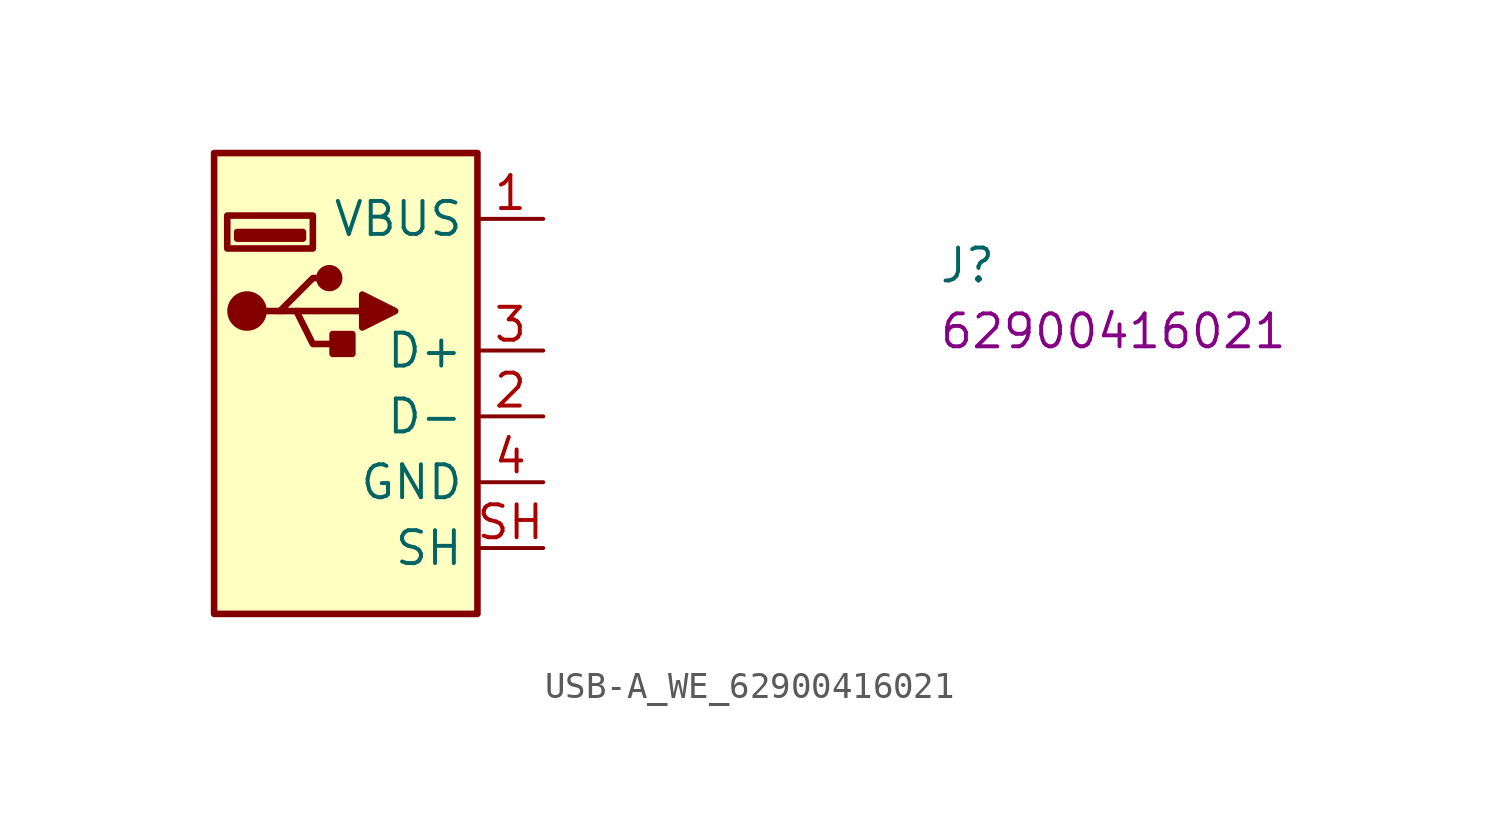
<source format=kicad_sym>
(kicad_symbol_lib
  (version 20220914)
  (generator kicad_symbol_editor)
  (symbol "USB-A_WE_62900416021"
    (property "Reference" "J"
      (at 15.24 -2.54 0)
      (effects (font (size 1.27 1.27) (thickness 0.15)) (justify left bottom)))
    (property "MPN" "62900416021"
      (at 15.24 -5.08 0)
      (effects (font (size 1.27 1.27) (thickness 0.15)) (justify left bottom)))
    (symbol "USB-A_WE_62900416021_1_1"
      (rectangle (start -12.7 2.54) (end -2.54 -15.24) (stroke (width 0.254) (type default)) (fill (type background)))
      (rectangle (start -11.811 -0.508) (end -9.271 -0.762) (stroke (width 0.254) (type default)) (fill (type background)))
      (circle (center -11.43 -3.556) (radius 0.635) (stroke (width 0.254) (type default)) (fill (type outline)))
      (rectangle (start -8.89 -1.143) (end -12.192 0.127) (stroke (width 0.254) (type default)) (fill (type background)))
      (circle (center -8.255 -2.286) (radius 0.381) (stroke (width 0.254) (type default)) (fill (type outline)))
      (rectangle (start -8.128 -4.445) (end -7.366 -5.207) (stroke (width 0.254) (type default)) (fill (type outline)))
      (polyline (pts (xy -9.525 -3.556) (xy -6.985 -3.556)) (stroke (width 0.254) (type default)) (fill (type background)))
      (polyline (pts (xy -10.795 -3.556) (xy -10.16 -3.556) (xy -8.89 -2.286) (xy -8.255 -2.286)) (stroke (width 0.254) (type default)) (fill (type background)))
      (polyline (pts (xy -10.16 -3.556) (xy -9.525 -3.556) (xy -8.89 -4.826) (xy -7.62 -4.826)) (stroke (width 0.254) (type default)) (fill (type background)))
      (polyline (pts (xy -6.985 -2.921) (xy -6.985 -4.191) (xy -5.715 -3.556) (xy -6.985 -2.921)) (stroke (width 0.254) (type default)) (fill (type outline)))
      (pin passive line (at 0 0 180) (length 2.54) (name "VBUS" (effects (font (size 1.27 1.27)))) (number "1" (effects (font (size 1.27 1.27)))))
      (pin bidirectional line (at 0 -7.62 180) (length 2.54) (name "D-" (effects (font (size 1.27 1.27)))) (number "2" (effects (font (size 1.27 1.27)))))
      (pin bidirectional line (at 0 -5.08 180) (length 2.54) (name "D+" (effects (font (size 1.27 1.27)))) (number "3" (effects (font (size 1.27 1.27)))))
      (pin power_in line (at 0 -10.16 180) (length 2.54) (name "GND" (effects (font (size 1.27 1.27)))) (number "4" (effects (font (size 1.27 1.27)))))
      (pin passive line (at 0 -12.7 180) (length 2.54) (name "SH" (effects (font (size 1.27 1.27)))) (number "SH" (effects (font (size 1.27 1.27))))))))
</source>
